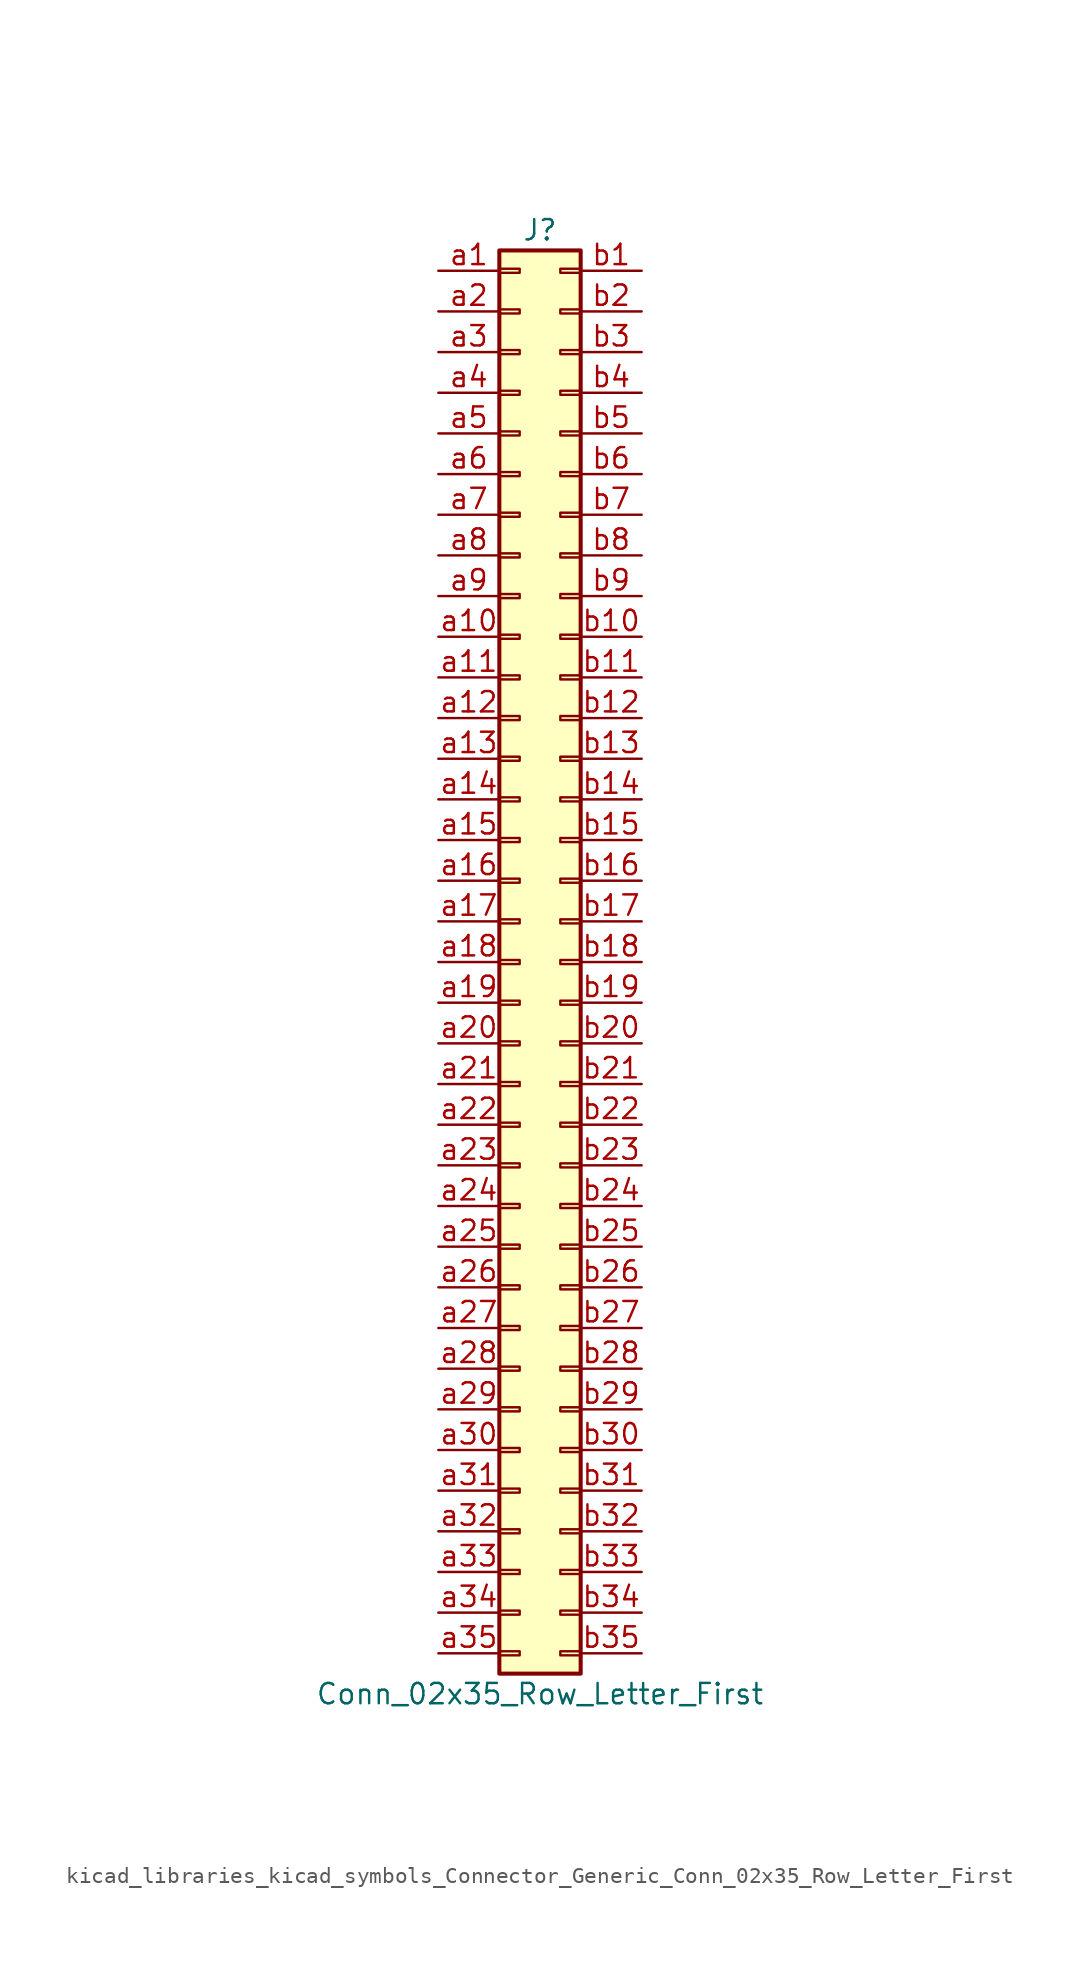
<source format=kicad_sym>
(kicad_symbol_lib
  (version 20220914)
  (generator kicad_symbol_editor)
  (symbol "kicad_libraries_kicad_symbols_Connector_Generic_Conn_02x35_Row_Letter_First"
    (pin_names
      (offset 1.016) hide)
    (property "Reference" "J"
      (at 1.27 45.72 0)
      (effects (font (size 1.27 1.27))))
    (property "Value" "Conn_02x35_Row_Letter_First"
      (at 1.27 -45.72 0)
      (effects (font (size 1.27 1.27))))
    (symbol "kicad_libraries_kicad_symbols_Connector_Generic_Conn_02x35_Row_Letter_First_1_1"
      (rectangle (start -1.27 -43.053) (end 0 -43.307) (stroke (width 0.152) (type default)) (fill (type none)))
      (rectangle (start -1.27 -40.513) (end 0 -40.767) (stroke (width 0.152) (type default)) (fill (type none)))
      (rectangle (start -1.27 -37.973) (end 0 -38.227) (stroke (width 0.152) (type default)) (fill (type none)))
      (rectangle (start -1.27 -35.433) (end 0 -35.687) (stroke (width 0.152) (type default)) (fill (type none)))
      (rectangle (start -1.27 -32.893) (end 0 -33.147) (stroke (width 0.152) (type default)) (fill (type none)))
      (rectangle (start -1.27 -30.353) (end 0 -30.607) (stroke (width 0.152) (type default)) (fill (type none)))
      (rectangle (start -1.27 -27.813) (end 0 -28.067) (stroke (width 0.152) (type default)) (fill (type none)))
      (rectangle (start -1.27 -25.273) (end 0 -25.527) (stroke (width 0.152) (type default)) (fill (type none)))
      (rectangle (start -1.27 -22.733) (end 0 -22.987) (stroke (width 0.152) (type default)) (fill (type none)))
      (rectangle (start -1.27 -20.193) (end 0 -20.447) (stroke (width 0.152) (type default)) (fill (type none)))
      (rectangle (start -1.27 -17.653) (end 0 -17.907) (stroke (width 0.152) (type default)) (fill (type none)))
      (rectangle (start -1.27 -15.113) (end 0 -15.367) (stroke (width 0.152) (type default)) (fill (type none)))
      (rectangle (start -1.27 -12.573) (end 0 -12.827) (stroke (width 0.152) (type default)) (fill (type none)))
      (rectangle (start -1.27 -10.033) (end 0 -10.287) (stroke (width 0.152) (type default)) (fill (type none)))
      (rectangle (start -1.27 -7.493) (end 0 -7.747) (stroke (width 0.152) (type default)) (fill (type none)))
      (rectangle (start -1.27 -4.953) (end 0 -5.207) (stroke (width 0.152) (type default)) (fill (type none)))
      (rectangle (start -1.27 -2.413) (end 0 -2.667) (stroke (width 0.152) (type default)) (fill (type none)))
      (rectangle (start -1.27 0.127) (end 0 -0.127) (stroke (width 0.152) (type default)) (fill (type none)))
      (rectangle (start -1.27 2.667) (end 0 2.413) (stroke (width 0.152) (type default)) (fill (type none)))
      (rectangle (start -1.27 5.207) (end 0 4.953) (stroke (width 0.152) (type default)) (fill (type none)))
      (rectangle (start -1.27 7.747) (end 0 7.493) (stroke (width 0.152) (type default)) (fill (type none)))
      (rectangle (start -1.27 10.287) (end 0 10.033) (stroke (width 0.152) (type default)) (fill (type none)))
      (rectangle (start -1.27 12.827) (end 0 12.573) (stroke (width 0.152) (type default)) (fill (type none)))
      (rectangle (start -1.27 15.367) (end 0 15.113) (stroke (width 0.152) (type default)) (fill (type none)))
      (rectangle (start -1.27 17.907) (end 0 17.653) (stroke (width 0.152) (type default)) (fill (type none)))
      (rectangle (start -1.27 20.447) (end 0 20.193) (stroke (width 0.152) (type default)) (fill (type none)))
      (rectangle (start -1.27 22.987) (end 0 22.733) (stroke (width 0.152) (type default)) (fill (type none)))
      (rectangle (start -1.27 25.527) (end 0 25.273) (stroke (width 0.152) (type default)) (fill (type none)))
      (rectangle (start -1.27 28.067) (end 0 27.813) (stroke (width 0.152) (type default)) (fill (type none)))
      (rectangle (start -1.27 30.607) (end 0 30.353) (stroke (width 0.152) (type default)) (fill (type none)))
      (rectangle (start -1.27 33.147) (end 0 32.893) (stroke (width 0.152) (type default)) (fill (type none)))
      (rectangle (start -1.27 35.687) (end 0 35.433) (stroke (width 0.152) (type default)) (fill (type none)))
      (rectangle (start -1.27 38.227) (end 0 37.973) (stroke (width 0.152) (type default)) (fill (type none)))
      (rectangle (start -1.27 40.767) (end 0 40.513) (stroke (width 0.152) (type default)) (fill (type none)))
      (rectangle (start -1.27 43.307) (end 0 43.053) (stroke (width 0.152) (type default)) (fill (type none)))
      (rectangle (start -1.27 44.45) (end 3.81 -44.45) (stroke (width 0.254) (type default)) (fill (type background)))
      (rectangle (start 3.81 -43.053) (end 2.54 -43.307) (stroke (width 0.152) (type default)) (fill (type none)))
      (rectangle (start 3.81 -40.513) (end 2.54 -40.767) (stroke (width 0.152) (type default)) (fill (type none)))
      (rectangle (start 3.81 -37.973) (end 2.54 -38.227) (stroke (width 0.152) (type default)) (fill (type none)))
      (rectangle (start 3.81 -35.433) (end 2.54 -35.687) (stroke (width 0.152) (type default)) (fill (type none)))
      (rectangle (start 3.81 -32.893) (end 2.54 -33.147) (stroke (width 0.152) (type default)) (fill (type none)))
      (rectangle (start 3.81 -30.353) (end 2.54 -30.607) (stroke (width 0.152) (type default)) (fill (type none)))
      (rectangle (start 3.81 -27.813) (end 2.54 -28.067) (stroke (width 0.152) (type default)) (fill (type none)))
      (rectangle (start 3.81 -25.273) (end 2.54 -25.527) (stroke (width 0.152) (type default)) (fill (type none)))
      (rectangle (start 3.81 -22.733) (end 2.54 -22.987) (stroke (width 0.152) (type default)) (fill (type none)))
      (rectangle (start 3.81 -20.193) (end 2.54 -20.447) (stroke (width 0.152) (type default)) (fill (type none)))
      (rectangle (start 3.81 -17.653) (end 2.54 -17.907) (stroke (width 0.152) (type default)) (fill (type none)))
      (rectangle (start 3.81 -15.113) (end 2.54 -15.367) (stroke (width 0.152) (type default)) (fill (type none)))
      (rectangle (start 3.81 -12.573) (end 2.54 -12.827) (stroke (width 0.152) (type default)) (fill (type none)))
      (rectangle (start 3.81 -10.033) (end 2.54 -10.287) (stroke (width 0.152) (type default)) (fill (type none)))
      (rectangle (start 3.81 -7.493) (end 2.54 -7.747) (stroke (width 0.152) (type default)) (fill (type none)))
      (rectangle (start 3.81 -4.953) (end 2.54 -5.207) (stroke (width 0.152) (type default)) (fill (type none)))
      (rectangle (start 3.81 -2.413) (end 2.54 -2.667) (stroke (width 0.152) (type default)) (fill (type none)))
      (rectangle (start 3.81 0.127) (end 2.54 -0.127) (stroke (width 0.152) (type default)) (fill (type none)))
      (rectangle (start 3.81 2.667) (end 2.54 2.413) (stroke (width 0.152) (type default)) (fill (type none)))
      (rectangle (start 3.81 5.207) (end 2.54 4.953) (stroke (width 0.152) (type default)) (fill (type none)))
      (rectangle (start 3.81 7.747) (end 2.54 7.493) (stroke (width 0.152) (type default)) (fill (type none)))
      (rectangle (start 3.81 10.287) (end 2.54 10.033) (stroke (width 0.152) (type default)) (fill (type none)))
      (rectangle (start 3.81 12.827) (end 2.54 12.573) (stroke (width 0.152) (type default)) (fill (type none)))
      (rectangle (start 3.81 15.367) (end 2.54 15.113) (stroke (width 0.152) (type default)) (fill (type none)))
      (rectangle (start 3.81 17.907) (end 2.54 17.653) (stroke (width 0.152) (type default)) (fill (type none)))
      (rectangle (start 3.81 20.447) (end 2.54 20.193) (stroke (width 0.152) (type default)) (fill (type none)))
      (rectangle (start 3.81 22.987) (end 2.54 22.733) (stroke (width 0.152) (type default)) (fill (type none)))
      (rectangle (start 3.81 25.527) (end 2.54 25.273) (stroke (width 0.152) (type default)) (fill (type none)))
      (rectangle (start 3.81 28.067) (end 2.54 27.813) (stroke (width 0.152) (type default)) (fill (type none)))
      (rectangle (start 3.81 30.607) (end 2.54 30.353) (stroke (width 0.152) (type default)) (fill (type none)))
      (rectangle (start 3.81 33.147) (end 2.54 32.893) (stroke (width 0.152) (type default)) (fill (type none)))
      (rectangle (start 3.81 35.687) (end 2.54 35.433) (stroke (width 0.152) (type default)) (fill (type none)))
      (rectangle (start 3.81 38.227) (end 2.54 37.973) (stroke (width 0.152) (type default)) (fill (type none)))
      (rectangle (start 3.81 40.767) (end 2.54 40.513) (stroke (width 0.152) (type default)) (fill (type none)))
      (rectangle (start 3.81 43.307) (end 2.54 43.053) (stroke (width 0.152) (type default)) (fill (type none)))
      (pin passive line (at -5.08 43.18 0) (length 3.81) (name "Pin_a1" (effects (font (size 1.27 1.27)))) (number "a1" (effects (font (size 1.27 1.27)))))
      (pin passive line (at -5.08 20.32 0) (length 3.81) (name "Pin_a10" (effects (font (size 1.27 1.27)))) (number "a10" (effects (font (size 1.27 1.27)))))
      (pin passive line (at -5.08 17.78 0) (length 3.81) (name "Pin_a11" (effects (font (size 1.27 1.27)))) (number "a11" (effects (font (size 1.27 1.27)))))
      (pin passive line (at -5.08 15.24 0) (length 3.81) (name "Pin_a12" (effects (font (size 1.27 1.27)))) (number "a12" (effects (font (size 1.27 1.27)))))
      (pin passive line (at -5.08 12.7 0) (length 3.81) (name "Pin_a13" (effects (font (size 1.27 1.27)))) (number "a13" (effects (font (size 1.27 1.27)))))
      (pin passive line (at -5.08 10.16 0) (length 3.81) (name "Pin_a14" (effects (font (size 1.27 1.27)))) (number "a14" (effects (font (size 1.27 1.27)))))
      (pin passive line (at -5.08 7.62 0) (length 3.81) (name "Pin_a15" (effects (font (size 1.27 1.27)))) (number "a15" (effects (font (size 1.27 1.27)))))
      (pin passive line (at -5.08 5.08 0) (length 3.81) (name "Pin_a16" (effects (font (size 1.27 1.27)))) (number "a16" (effects (font (size 1.27 1.27)))))
      (pin passive line (at -5.08 2.54 0) (length 3.81) (name "Pin_a17" (effects (font (size 1.27 1.27)))) (number "a17" (effects (font (size 1.27 1.27)))))
      (pin passive line (at -5.08 0 0) (length 3.81) (name "Pin_a18" (effects (font (size 1.27 1.27)))) (number "a18" (effects (font (size 1.27 1.27)))))
      (pin passive line (at -5.08 -2.54 0) (length 3.81) (name "Pin_a19" (effects (font (size 1.27 1.27)))) (number "a19" (effects (font (size 1.27 1.27)))))
      (pin passive line (at -5.08 40.64 0) (length 3.81) (name "Pin_a2" (effects (font (size 1.27 1.27)))) (number "a2" (effects (font (size 1.27 1.27)))))
      (pin passive line (at -5.08 -5.08 0) (length 3.81) (name "Pin_a20" (effects (font (size 1.27 1.27)))) (number "a20" (effects (font (size 1.27 1.27)))))
      (pin passive line (at -5.08 -7.62 0) (length 3.81) (name "Pin_a21" (effects (font (size 1.27 1.27)))) (number "a21" (effects (font (size 1.27 1.27)))))
      (pin passive line (at -5.08 -10.16 0) (length 3.81) (name "Pin_a22" (effects (font (size 1.27 1.27)))) (number "a22" (effects (font (size 1.27 1.27)))))
      (pin passive line (at -5.08 -12.7 0) (length 3.81) (name "Pin_a23" (effects (font (size 1.27 1.27)))) (number "a23" (effects (font (size 1.27 1.27)))))
      (pin passive line (at -5.08 -15.24 0) (length 3.81) (name "Pin_a24" (effects (font (size 1.27 1.27)))) (number "a24" (effects (font (size 1.27 1.27)))))
      (pin passive line (at -5.08 -17.78 0) (length 3.81) (name "Pin_a25" (effects (font (size 1.27 1.27)))) (number "a25" (effects (font (size 1.27 1.27)))))
      (pin passive line (at -5.08 -20.32 0) (length 3.81) (name "Pin_a26" (effects (font (size 1.27 1.27)))) (number "a26" (effects (font (size 1.27 1.27)))))
      (pin passive line (at -5.08 -22.86 0) (length 3.81) (name "Pin_a27" (effects (font (size 1.27 1.27)))) (number "a27" (effects (font (size 1.27 1.27)))))
      (pin passive line (at -5.08 -25.4 0) (length 3.81) (name "Pin_a28" (effects (font (size 1.27 1.27)))) (number "a28" (effects (font (size 1.27 1.27)))))
      (pin passive line (at -5.08 -27.94 0) (length 3.81) (name "Pin_a29" (effects (font (size 1.27 1.27)))) (number "a29" (effects (font (size 1.27 1.27)))))
      (pin passive line (at -5.08 38.1 0) (length 3.81) (name "Pin_a3" (effects (font (size 1.27 1.27)))) (number "a3" (effects (font (size 1.27 1.27)))))
      (pin passive line (at -5.08 -30.48 0) (length 3.81) (name "Pin_a30" (effects (font (size 1.27 1.27)))) (number "a30" (effects (font (size 1.27 1.27)))))
      (pin passive line (at -5.08 -33.02 0) (length 3.81) (name "Pin_a31" (effects (font (size 1.27 1.27)))) (number "a31" (effects (font (size 1.27 1.27)))))
      (pin passive line (at -5.08 -35.56 0) (length 3.81) (name "Pin_a32" (effects (font (size 1.27 1.27)))) (number "a32" (effects (font (size 1.27 1.27)))))
      (pin passive line (at -5.08 -38.1 0) (length 3.81) (name "Pin_a33" (effects (font (size 1.27 1.27)))) (number "a33" (effects (font (size 1.27 1.27)))))
      (pin passive line (at -5.08 -40.64 0) (length 3.81) (name "Pin_a34" (effects (font (size 1.27 1.27)))) (number "a34" (effects (font (size 1.27 1.27)))))
      (pin passive line (at -5.08 -43.18 0) (length 3.81) (name "Pin_a35" (effects (font (size 1.27 1.27)))) (number "a35" (effects (font (size 1.27 1.27)))))
      (pin passive line (at -5.08 35.56 0) (length 3.81) (name "Pin_a4" (effects (font (size 1.27 1.27)))) (number "a4" (effects (font (size 1.27 1.27)))))
      (pin passive line (at -5.08 33.02 0) (length 3.81) (name "Pin_a5" (effects (font (size 1.27 1.27)))) (number "a5" (effects (font (size 1.27 1.27)))))
      (pin passive line (at -5.08 30.48 0) (length 3.81) (name "Pin_a6" (effects (font (size 1.27 1.27)))) (number "a6" (effects (font (size 1.27 1.27)))))
      (pin passive line (at -5.08 27.94 0) (length 3.81) (name "Pin_a7" (effects (font (size 1.27 1.27)))) (number "a7" (effects (font (size 1.27 1.27)))))
      (pin passive line (at -5.08 25.4 0) (length 3.81) (name "Pin_a8" (effects (font (size 1.27 1.27)))) (number "a8" (effects (font (size 1.27 1.27)))))
      (pin passive line (at -5.08 22.86 0) (length 3.81) (name "Pin_a9" (effects (font (size 1.27 1.27)))) (number "a9" (effects (font (size 1.27 1.27)))))
      (pin passive line (at 7.62 43.18 180) (length 3.81) (name "Pin_b1" (effects (font (size 1.27 1.27)))) (number "b1" (effects (font (size 1.27 1.27)))))
      (pin passive line (at 7.62 20.32 180) (length 3.81) (name "Pin_b10" (effects (font (size 1.27 1.27)))) (number "b10" (effects (font (size 1.27 1.27)))))
      (pin passive line (at 7.62 17.78 180) (length 3.81) (name "Pin_b11" (effects (font (size 1.27 1.27)))) (number "b11" (effects (font (size 1.27 1.27)))))
      (pin passive line (at 7.62 15.24 180) (length 3.81) (name "Pin_b12" (effects (font (size 1.27 1.27)))) (number "b12" (effects (font (size 1.27 1.27)))))
      (pin passive line (at 7.62 12.7 180) (length 3.81) (name "Pin_b13" (effects (font (size 1.27 1.27)))) (number "b13" (effects (font (size 1.27 1.27)))))
      (pin passive line (at 7.62 10.16 180) (length 3.81) (name "Pin_b14" (effects (font (size 1.27 1.27)))) (number "b14" (effects (font (size 1.27 1.27)))))
      (pin passive line (at 7.62 7.62 180) (length 3.81) (name "Pin_b15" (effects (font (size 1.27 1.27)))) (number "b15" (effects (font (size 1.27 1.27)))))
      (pin passive line (at 7.62 5.08 180) (length 3.81) (name "Pin_b16" (effects (font (size 1.27 1.27)))) (number "b16" (effects (font (size 1.27 1.27)))))
      (pin passive line (at 7.62 2.54 180) (length 3.81) (name "Pin_b17" (effects (font (size 1.27 1.27)))) (number "b17" (effects (font (size 1.27 1.27)))))
      (pin passive line (at 7.62 0 180) (length 3.81) (name "Pin_b18" (effects (font (size 1.27 1.27)))) (number "b18" (effects (font (size 1.27 1.27)))))
      (pin passive line (at 7.62 -2.54 180) (length 3.81) (name "Pin_b19" (effects (font (size 1.27 1.27)))) (number "b19" (effects (font (size 1.27 1.27)))))
      (pin passive line (at 7.62 40.64 180) (length 3.81) (name "Pin_b2" (effects (font (size 1.27 1.27)))) (number "b2" (effects (font (size 1.27 1.27)))))
      (pin passive line (at 7.62 -5.08 180) (length 3.81) (name "Pin_b20" (effects (font (size 1.27 1.27)))) (number "b20" (effects (font (size 1.27 1.27)))))
      (pin passive line (at 7.62 -7.62 180) (length 3.81) (name "Pin_b21" (effects (font (size 1.27 1.27)))) (number "b21" (effects (font (size 1.27 1.27)))))
      (pin passive line (at 7.62 -10.16 180) (length 3.81) (name "Pin_b22" (effects (font (size 1.27 1.27)))) (number "b22" (effects (font (size 1.27 1.27)))))
      (pin passive line (at 7.62 -12.7 180) (length 3.81) (name "Pin_b23" (effects (font (size 1.27 1.27)))) (number "b23" (effects (font (size 1.27 1.27)))))
      (pin passive line (at 7.62 -15.24 180) (length 3.81) (name "Pin_b24" (effects (font (size 1.27 1.27)))) (number "b24" (effects (font (size 1.27 1.27)))))
      (pin passive line (at 7.62 -17.78 180) (length 3.81) (name "Pin_b25" (effects (font (size 1.27 1.27)))) (number "b25" (effects (font (size 1.27 1.27)))))
      (pin passive line (at 7.62 -20.32 180) (length 3.81) (name "Pin_b26" (effects (font (size 1.27 1.27)))) (number "b26" (effects (font (size 1.27 1.27)))))
      (pin passive line (at 7.62 -22.86 180) (length 3.81) (name "Pin_b27" (effects (font (size 1.27 1.27)))) (number "b27" (effects (font (size 1.27 1.27)))))
      (pin passive line (at 7.62 -25.4 180) (length 3.81) (name "Pin_b28" (effects (font (size 1.27 1.27)))) (number "b28" (effects (font (size 1.27 1.27)))))
      (pin passive line (at 7.62 -27.94 180) (length 3.81) (name "Pin_b29" (effects (font (size 1.27 1.27)))) (number "b29" (effects (font (size 1.27 1.27)))))
      (pin passive line (at 7.62 38.1 180) (length 3.81) (name "Pin_b3" (effects (font (size 1.27 1.27)))) (number "b3" (effects (font (size 1.27 1.27)))))
      (pin passive line (at 7.62 -30.48 180) (length 3.81) (name "Pin_b30" (effects (font (size 1.27 1.27)))) (number "b30" (effects (font (size 1.27 1.27)))))
      (pin passive line (at 7.62 -33.02 180) (length 3.81) (name "Pin_b31" (effects (font (size 1.27 1.27)))) (number "b31" (effects (font (size 1.27 1.27)))))
      (pin passive line (at 7.62 -35.56 180) (length 3.81) (name "Pin_b32" (effects (font (size 1.27 1.27)))) (number "b32" (effects (font (size 1.27 1.27)))))
      (pin passive line (at 7.62 -38.1 180) (length 3.81) (name "Pin_b33" (effects (font (size 1.27 1.27)))) (number "b33" (effects (font (size 1.27 1.27)))))
      (pin passive line (at 7.62 -40.64 180) (length 3.81) (name "Pin_b34" (effects (font (size 1.27 1.27)))) (number "b34" (effects (font (size 1.27 1.27)))))
      (pin passive line (at 7.62 -43.18 180) (length 3.81) (name "Pin_b35" (effects (font (size 1.27 1.27)))) (number "b35" (effects (font (size 1.27 1.27)))))
      (pin passive line (at 7.62 35.56 180) (length 3.81) (name "Pin_b4" (effects (font (size 1.27 1.27)))) (number "b4" (effects (font (size 1.27 1.27)))))
      (pin passive line (at 7.62 33.02 180) (length 3.81) (name "Pin_b5" (effects (font (size 1.27 1.27)))) (number "b5" (effects (font (size 1.27 1.27)))))
      (pin passive line (at 7.62 30.48 180) (length 3.81) (name "Pin_b6" (effects (font (size 1.27 1.27)))) (number "b6" (effects (font (size 1.27 1.27)))))
      (pin passive line (at 7.62 27.94 180) (length 3.81) (name "Pin_b7" (effects (font (size 1.27 1.27)))) (number "b7" (effects (font (size 1.27 1.27)))))
      (pin passive line (at 7.62 25.4 180) (length 3.81) (name "Pin_b8" (effects (font (size 1.27 1.27)))) (number "b8" (effects (font (size 1.27 1.27)))))
      (pin passive line (at 7.62 22.86 180) (length 3.81) (name "Pin_b9" (effects (font (size 1.27 1.27)))) (number "b9" (effects (font (size 1.27 1.27))))))))
</source>
